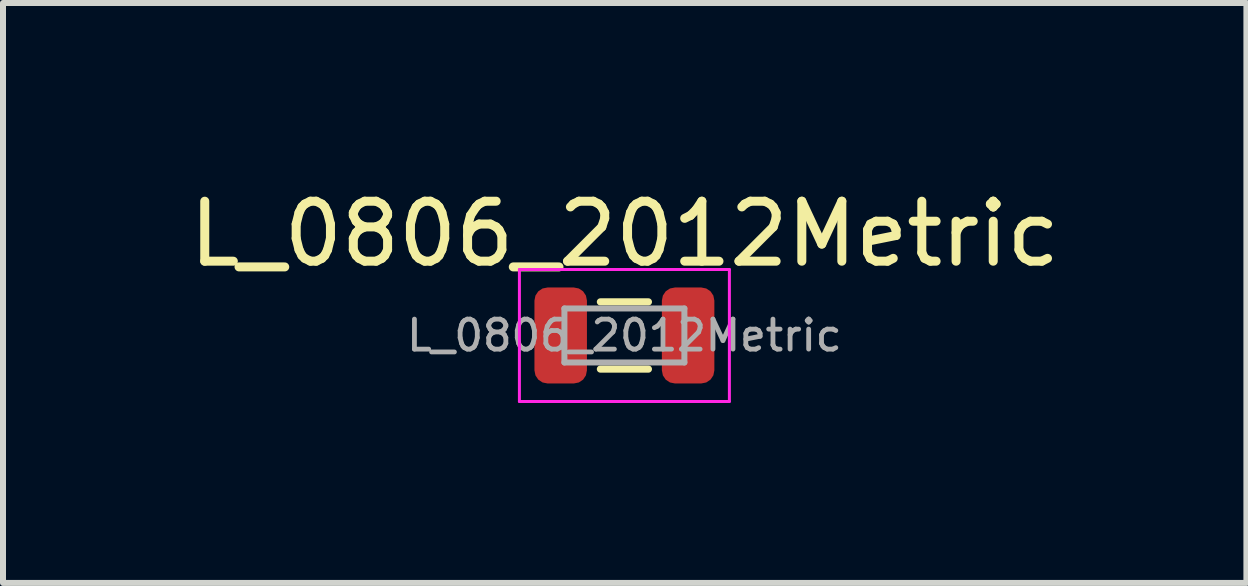
<source format=kicad_pcb>
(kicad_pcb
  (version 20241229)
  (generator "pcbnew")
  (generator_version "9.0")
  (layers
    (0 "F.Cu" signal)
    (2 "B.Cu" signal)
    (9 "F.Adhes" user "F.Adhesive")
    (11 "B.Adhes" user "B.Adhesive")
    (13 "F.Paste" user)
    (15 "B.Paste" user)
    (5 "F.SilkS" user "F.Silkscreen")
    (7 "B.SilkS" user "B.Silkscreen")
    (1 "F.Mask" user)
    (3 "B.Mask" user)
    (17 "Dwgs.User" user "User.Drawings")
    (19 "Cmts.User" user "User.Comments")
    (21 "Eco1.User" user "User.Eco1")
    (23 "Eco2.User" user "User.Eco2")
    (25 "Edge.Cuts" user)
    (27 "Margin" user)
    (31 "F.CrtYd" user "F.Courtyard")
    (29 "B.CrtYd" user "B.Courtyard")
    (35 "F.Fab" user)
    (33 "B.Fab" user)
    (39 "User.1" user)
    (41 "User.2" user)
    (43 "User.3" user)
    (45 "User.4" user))
  (footprint "L_0806_2012Metric"
    (layer "F.Cu")
    (at 7.358 2.542)
    (property "Reference" "L_0806_2012Metric" (at 0.005 -1.693 0) (layer "F.SilkS") (effects (font (size 1 1) (thickness 0.15))))
    (attr smd)
    (fp_line (start -0.4 -0.56) (end 0.4 -0.56) (stroke (width 0.12) (type solid)) (layer "F.SilkS"))
    (fp_line (start -0.4 0.56) (end 0.4 0.56) (stroke (width 0.12) (type solid)) (layer "F.SilkS"))
    (fp_line (start -1.75 -1.1) (end 1.75 -1.1) (stroke (width 0.05) (type solid)) (layer "F.CrtYd"))
    (fp_line (start -1.75 1.1) (end -1.75 -1.1) (stroke (width 0.05) (type solid)) (layer "F.CrtYd"))
    (fp_line (start 1.75 -1.1) (end 1.75 1.1) (stroke (width 0.05) (type solid)) (layer "F.CrtYd"))
    (fp_line (start 1.75 1.1) (end -1.75 1.1) (stroke (width 0.05) (type solid)) (layer "F.CrtYd"))
    (fp_line (start -1 -0.45) (end 1 -0.45) (stroke (width 0.1) (type solid)) (layer "F.Fab"))
    (fp_line (start -1 0.45) (end -1 -0.45) (stroke (width 0.1) (type solid)) (layer "F.Fab"))
    (fp_line (start 1 -0.45) (end 1 0.45) (stroke (width 0.1) (type solid)) (layer "F.Fab"))
    (fp_line (start 1 0.45) (end -1 0.45) (stroke (width 0.1) (type solid)) (layer "F.Fab"))
    (fp_text user "${REFERENCE}" (at 0 0 0) (layer "F.Fab") (effects (font (size 0.5 0.5) (thickness 0.08))))
    (pad "1" smd roundrect (at -1.062 0) (size 0.875 1.6) (layers "F.Cu" "F.Mask" "F.Paste") (roundrect_rratio 0.25))
    (pad "2" smd roundrect (at 1.062 0) (size 0.875 1.6) (layers "F.Cu" "F.Mask" "F.Paste") (roundrect_rratio 0.25)))
  (gr_rect
    (start -3 -3)
    (end 17.726 6.667)
    (stroke (width 0.1) (type default))
    (fill no)
    (layer "Edge.Cuts")))
</source>
